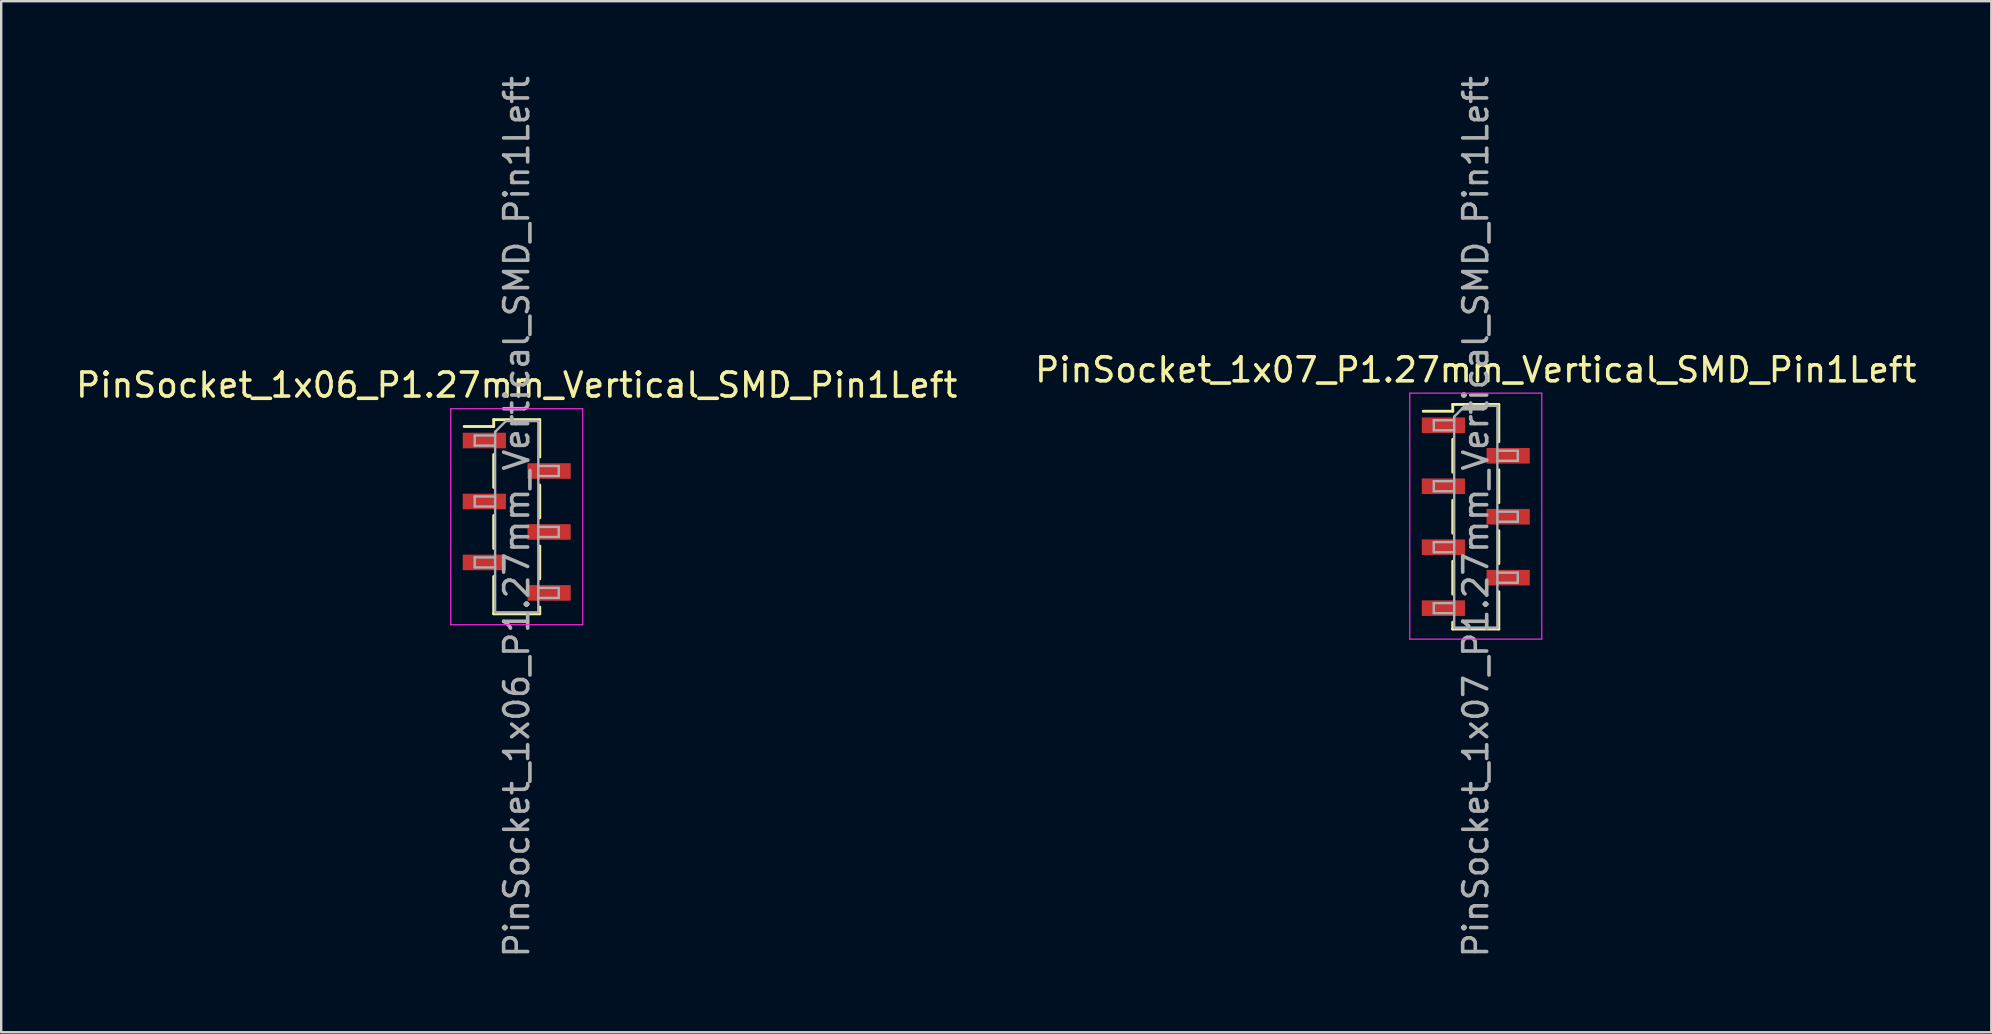
<source format=kicad_pcb>
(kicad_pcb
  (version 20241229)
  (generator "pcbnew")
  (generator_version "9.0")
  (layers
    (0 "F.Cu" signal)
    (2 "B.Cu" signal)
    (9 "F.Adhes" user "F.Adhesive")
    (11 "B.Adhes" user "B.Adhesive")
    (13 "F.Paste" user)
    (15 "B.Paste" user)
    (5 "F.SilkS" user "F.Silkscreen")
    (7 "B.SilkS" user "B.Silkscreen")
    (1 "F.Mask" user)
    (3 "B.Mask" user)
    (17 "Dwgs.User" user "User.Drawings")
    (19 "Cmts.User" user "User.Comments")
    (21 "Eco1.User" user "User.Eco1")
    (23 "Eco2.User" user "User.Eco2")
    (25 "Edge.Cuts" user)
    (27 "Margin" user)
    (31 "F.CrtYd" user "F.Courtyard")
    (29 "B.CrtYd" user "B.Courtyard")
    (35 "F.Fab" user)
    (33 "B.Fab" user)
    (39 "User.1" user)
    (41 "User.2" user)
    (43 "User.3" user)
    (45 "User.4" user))
  (footprint "PinSocket_1x07_P1.27mm_Vertical_SMD_Pin1Left"
    (layer "F.Cu")
    (at 58.446 18.482)
    (property "Reference" "PinSocket_1x07_P1.27mm_Vertical_SMD_Pin1Left" (at 0 -6.12 0) (layer "F.SilkS") (effects (font (size 1 1) (thickness 0.15))))
    (attr smd)
    (fp_line (start -2.19 -4.395) (end -0.96 -4.395) (stroke (width 0.12) (type solid)) (layer "F.SilkS"))
    (fp_line (start -0.96 -4.68) (end -0.96 -4.395) (stroke (width 0.12) (type solid)) (layer "F.SilkS"))
    (fp_line (start -0.96 -4.68) (end 0.96 -4.68) (stroke (width 0.12) (type solid)) (layer "F.SilkS"))
    (fp_line (start -0.96 -3.225) (end -0.96 -1.855) (stroke (width 0.12) (type solid)) (layer "F.SilkS"))
    (fp_line (start -0.96 -0.685) (end -0.96 0.685) (stroke (width 0.12) (type solid)) (layer "F.SilkS"))
    (fp_line (start -0.96 1.855) (end -0.96 3.225) (stroke (width 0.12) (type solid)) (layer "F.SilkS"))
    (fp_line (start -0.96 4.395) (end -0.96 4.68) (stroke (width 0.12) (type solid)) (layer "F.SilkS"))
    (fp_line (start -0.96 4.68) (end 0.96 4.68) (stroke (width 0.12) (type solid)) (layer "F.SilkS"))
    (fp_line (start 0.96 -4.68) (end 0.96 -3.125) (stroke (width 0.12) (type solid)) (layer "F.SilkS"))
    (fp_line (start 0.96 -1.955) (end 0.96 -0.585) (stroke (width 0.12) (type solid)) (layer "F.SilkS"))
    (fp_line (start 0.96 0.585) (end 0.96 1.955) (stroke (width 0.12) (type solid)) (layer "F.SilkS"))
    (fp_line (start 0.96 3.125) (end 0.96 4.68) (stroke (width 0.12) (type solid)) (layer "F.SilkS"))
    (fp_line (start -2.75 -5.15) (end 2.75 -5.15) (stroke (width 0.05) (type solid)) (layer "F.CrtYd"))
    (fp_line (start -2.75 5.1) (end -2.75 -5.15) (stroke (width 0.05) (type solid)) (layer "F.CrtYd"))
    (fp_line (start 2.75 -5.15) (end 2.75 5.1) (stroke (width 0.05) (type solid)) (layer "F.CrtYd"))
    (fp_line (start 2.75 5.1) (end -2.75 5.1) (stroke (width 0.05) (type solid)) (layer "F.CrtYd"))
    (fp_line (start -1.75 -4.02) (end -0.9 -4.02) (stroke (width 0.1) (type solid)) (layer "F.Fab"))
    (fp_line (start -1.75 -3.6) (end -1.75 -4.02) (stroke (width 0.1) (type solid)) (layer "F.Fab"))
    (fp_line (start -1.75 -1.48) (end -0.9 -1.48) (stroke (width 0.1) (type solid)) (layer "F.Fab"))
    (fp_line (start -1.75 -1.06) (end -1.75 -1.48) (stroke (width 0.1) (type solid)) (layer "F.Fab"))
    (fp_line (start -1.75 1.06) (end -0.9 1.06) (stroke (width 0.1) (type solid)) (layer "F.Fab"))
    (fp_line (start -1.75 1.48) (end -1.75 1.06) (stroke (width 0.1) (type solid)) (layer "F.Fab"))
    (fp_line (start -1.75 3.6) (end -0.9 3.6) (stroke (width 0.1) (type solid)) (layer "F.Fab"))
    (fp_line (start -1.75 4.02) (end -1.75 3.6) (stroke (width 0.1) (type solid)) (layer "F.Fab"))
    (fp_line (start -0.9 -4.17) (end -0.45 -4.62) (stroke (width 0.1) (type solid)) (layer "F.Fab"))
    (fp_line (start -0.9 -3.6) (end -1.75 -3.6) (stroke (width 0.1) (type solid)) (layer "F.Fab"))
    (fp_line (start -0.9 -1.06) (end -1.75 -1.06) (stroke (width 0.1) (type solid)) (layer "F.Fab"))
    (fp_line (start -0.9 1.48) (end -1.75 1.48) (stroke (width 0.1) (type solid)) (layer "F.Fab"))
    (fp_line (start -0.9 4.02) (end -1.75 4.02) (stroke (width 0.1) (type solid)) (layer "F.Fab"))
    (fp_line (start -0.9 4.62) (end -0.9 -4.17) (stroke (width 0.1) (type solid)) (layer "F.Fab"))
    (fp_line (start -0.45 -4.62) (end 0.9 -4.62) (stroke (width 0.1) (type solid)) (layer "F.Fab"))
    (fp_line (start 0.9 -4.62) (end 0.9 4.62) (stroke (width 0.1) (type solid)) (layer "F.Fab"))
    (fp_line (start 0.9 -2.75) (end 1.75 -2.75) (stroke (width 0.1) (type solid)) (layer "F.Fab"))
    (fp_line (start 0.9 -0.21) (end 1.75 -0.21) (stroke (width 0.1) (type solid)) (layer "F.Fab"))
    (fp_line (start 0.9 2.33) (end 1.75 2.33) (stroke (width 0.1) (type solid)) (layer "F.Fab"))
    (fp_line (start 0.9 4.62) (end -0.9 4.62) (stroke (width 0.1) (type solid)) (layer "F.Fab"))
    (fp_line (start 1.75 -2.75) (end 1.75 -2.33) (stroke (width 0.1) (type solid)) (layer "F.Fab"))
    (fp_line (start 1.75 -2.33) (end 0.9 -2.33) (stroke (width 0.1) (type solid)) (layer "F.Fab"))
    (fp_line (start 1.75 -0.21) (end 1.75 0.21) (stroke (width 0.1) (type solid)) (layer "F.Fab"))
    (fp_line (start 1.75 0.21) (end 0.9 0.21) (stroke (width 0.1) (type solid)) (layer "F.Fab"))
    (fp_line (start 1.75 2.33) (end 1.75 2.75) (stroke (width 0.1) (type solid)) (layer "F.Fab"))
    (fp_line (start 1.75 2.75) (end 0.9 2.75) (stroke (width 0.1) (type solid)) (layer "F.Fab"))
    (fp_text user "${REFERENCE}" (at 0 0 90) (layer "F.Fab") (effects (font (size 1 1) (thickness 0.15))))
    (pad "1" smd rect (at -1.35 -3.81) (size 1.8 0.65) (layers "F.Cu" "F.Mask" "F.Paste"))
    (pad "2" smd rect (at 1.35 -2.54) (size 1.8 0.65) (layers "F.Cu" "F.Mask" "F.Paste"))
    (pad "3" smd rect (at -1.35 -1.27) (size 1.8 0.65) (layers "F.Cu" "F.Mask" "F.Paste"))
    (pad "4" smd rect (at 1.35 0) (size 1.8 0.65) (layers "F.Cu" "F.Mask" "F.Paste"))
    (pad "5" smd rect (at -1.35 1.27) (size 1.8 0.65) (layers "F.Cu" "F.Mask" "F.Paste"))
    (pad "6" smd rect (at 1.35 2.54) (size 1.8 0.65) (layers "F.Cu" "F.Mask" "F.Paste"))
    (pad "7" smd rect (at -1.35 3.81) (size 1.8 0.65) (layers "F.Cu" "F.Mask" "F.Paste")))
  (footprint "PinSocket_1x06_P1.27mm_Vertical_SMD_Pin1Left"
    (layer "F.Cu")
    (at 18.482 18.482)
    (property "Reference" "PinSocket_1x06_P1.27mm_Vertical_SMD_Pin1Left" (at 0 -5.485 0) (layer "F.SilkS") (effects (font (size 1 1) (thickness 0.15))))
    (attr smd)
    (fp_line (start -2.19 -3.76) (end -0.96 -3.76) (stroke (width 0.12) (type solid)) (layer "F.SilkS"))
    (fp_line (start -0.96 -4.045) (end -0.96 -3.76) (stroke (width 0.12) (type solid)) (layer "F.SilkS"))
    (fp_line (start -0.96 -4.045) (end 0.96 -4.045) (stroke (width 0.12) (type solid)) (layer "F.SilkS"))
    (fp_line (start -0.96 -2.59) (end -0.96 -1.22) (stroke (width 0.12) (type solid)) (layer "F.SilkS"))
    (fp_line (start -0.96 -0.05) (end -0.96 1.32) (stroke (width 0.12) (type solid)) (layer "F.SilkS"))
    (fp_line (start -0.96 2.49) (end -0.96 4.045) (stroke (width 0.12) (type solid)) (layer "F.SilkS"))
    (fp_line (start -0.96 4.045) (end 0.96 4.045) (stroke (width 0.12) (type solid)) (layer "F.SilkS"))
    (fp_line (start 0.96 -4.045) (end 0.96 -2.49) (stroke (width 0.12) (type solid)) (layer "F.SilkS"))
    (fp_line (start 0.96 -1.32) (end 0.96 0.05) (stroke (width 0.12) (type solid)) (layer "F.SilkS"))
    (fp_line (start 0.96 1.22) (end 0.96 2.59) (stroke (width 0.12) (type solid)) (layer "F.SilkS"))
    (fp_line (start 0.96 3.76) (end 0.96 4.045) (stroke (width 0.12) (type solid)) (layer "F.SilkS"))
    (fp_line (start -2.75 -4.5) (end 2.75 -4.5) (stroke (width 0.05) (type solid)) (layer "F.CrtYd"))
    (fp_line (start -2.75 4.5) (end -2.75 -4.5) (stroke (width 0.05) (type solid)) (layer "F.CrtYd"))
    (fp_line (start 2.75 -4.5) (end 2.75 4.5) (stroke (width 0.05) (type solid)) (layer "F.CrtYd"))
    (fp_line (start 2.75 4.5) (end -2.75 4.5) (stroke (width 0.05) (type solid)) (layer "F.CrtYd"))
    (fp_line (start -1.75 -3.385) (end -0.9 -3.385) (stroke (width 0.1) (type solid)) (layer "F.Fab"))
    (fp_line (start -1.75 -2.965) (end -1.75 -3.385) (stroke (width 0.1) (type solid)) (layer "F.Fab"))
    (fp_line (start -1.75 -0.845) (end -0.9 -0.845) (stroke (width 0.1) (type solid)) (layer "F.Fab"))
    (fp_line (start -1.75 -0.425) (end -1.75 -0.845) (stroke (width 0.1) (type solid)) (layer "F.Fab"))
    (fp_line (start -1.75 1.695) (end -0.9 1.695) (stroke (width 0.1) (type solid)) (layer "F.Fab"))
    (fp_line (start -1.75 2.115) (end -1.75 1.695) (stroke (width 0.1) (type solid)) (layer "F.Fab"))
    (fp_line (start -0.9 -3.535) (end -0.45 -3.985) (stroke (width 0.1) (type solid)) (layer "F.Fab"))
    (fp_line (start -0.9 -2.965) (end -1.75 -2.965) (stroke (width 0.1) (type solid)) (layer "F.Fab"))
    (fp_line (start -0.9 -0.425) (end -1.75 -0.425) (stroke (width 0.1) (type solid)) (layer "F.Fab"))
    (fp_line (start -0.9 2.115) (end -1.75 2.115) (stroke (width 0.1) (type solid)) (layer "F.Fab"))
    (fp_line (start -0.9 3.985) (end -0.9 -3.535) (stroke (width 0.1) (type solid)) (layer "F.Fab"))
    (fp_line (start -0.45 -3.985) (end 0.9 -3.985) (stroke (width 0.1) (type solid)) (layer "F.Fab"))
    (fp_line (start 0.9 -3.985) (end 0.9 3.985) (stroke (width 0.1) (type solid)) (layer "F.Fab"))
    (fp_line (start 0.9 -2.115) (end 1.75 -2.115) (stroke (width 0.1) (type solid)) (layer "F.Fab"))
    (fp_line (start 0.9 0.425) (end 1.75 0.425) (stroke (width 0.1) (type solid)) (layer "F.Fab"))
    (fp_line (start 0.9 2.965) (end 1.75 2.965) (stroke (width 0.1) (type solid)) (layer "F.Fab"))
    (fp_line (start 0.9 3.985) (end -0.9 3.985) (stroke (width 0.1) (type solid)) (layer "F.Fab"))
    (fp_line (start 1.75 -2.115) (end 1.75 -1.695) (stroke (width 0.1) (type solid)) (layer "F.Fab"))
    (fp_line (start 1.75 -1.695) (end 0.9 -1.695) (stroke (width 0.1) (type solid)) (layer "F.Fab"))
    (fp_line (start 1.75 0.425) (end 1.75 0.845) (stroke (width 0.1) (type solid)) (layer "F.Fab"))
    (fp_line (start 1.75 0.845) (end 0.9 0.845) (stroke (width 0.1) (type solid)) (layer "F.Fab"))
    (fp_line (start 1.75 2.965) (end 1.75 3.385) (stroke (width 0.1) (type solid)) (layer "F.Fab"))
    (fp_line (start 1.75 3.385) (end 0.9 3.385) (stroke (width 0.1) (type solid)) (layer "F.Fab"))
    (fp_text user "${REFERENCE}" (at 0 0 90) (layer "F.Fab") (effects (font (size 1 1) (thickness 0.15))))
    (pad "1" smd rect (at -1.35 -3.175) (size 1.8 0.65) (layers "F.Cu" "F.Mask" "F.Paste"))
    (pad "2" smd rect (at 1.35 -1.905) (size 1.8 0.65) (layers "F.Cu" "F.Mask" "F.Paste"))
    (pad "3" smd rect (at -1.35 -0.635) (size 1.8 0.65) (layers "F.Cu" "F.Mask" "F.Paste"))
    (pad "4" smd rect (at 1.35 0.635) (size 1.8 0.65) (layers "F.Cu" "F.Mask" "F.Paste"))
    (pad "5" smd rect (at -1.35 1.905) (size 1.8 0.65) (layers "F.Cu" "F.Mask" "F.Paste"))
    (pad "6" smd rect (at 1.35 3.175) (size 1.8 0.65) (layers "F.Cu" "F.Mask" "F.Paste")))
  (gr_rect
    (start -3 -3)
    (end 79.929 39.964)
    (stroke (width 0.1) (type default))
    (fill no)
    (layer "Edge.Cuts")))
</source>
